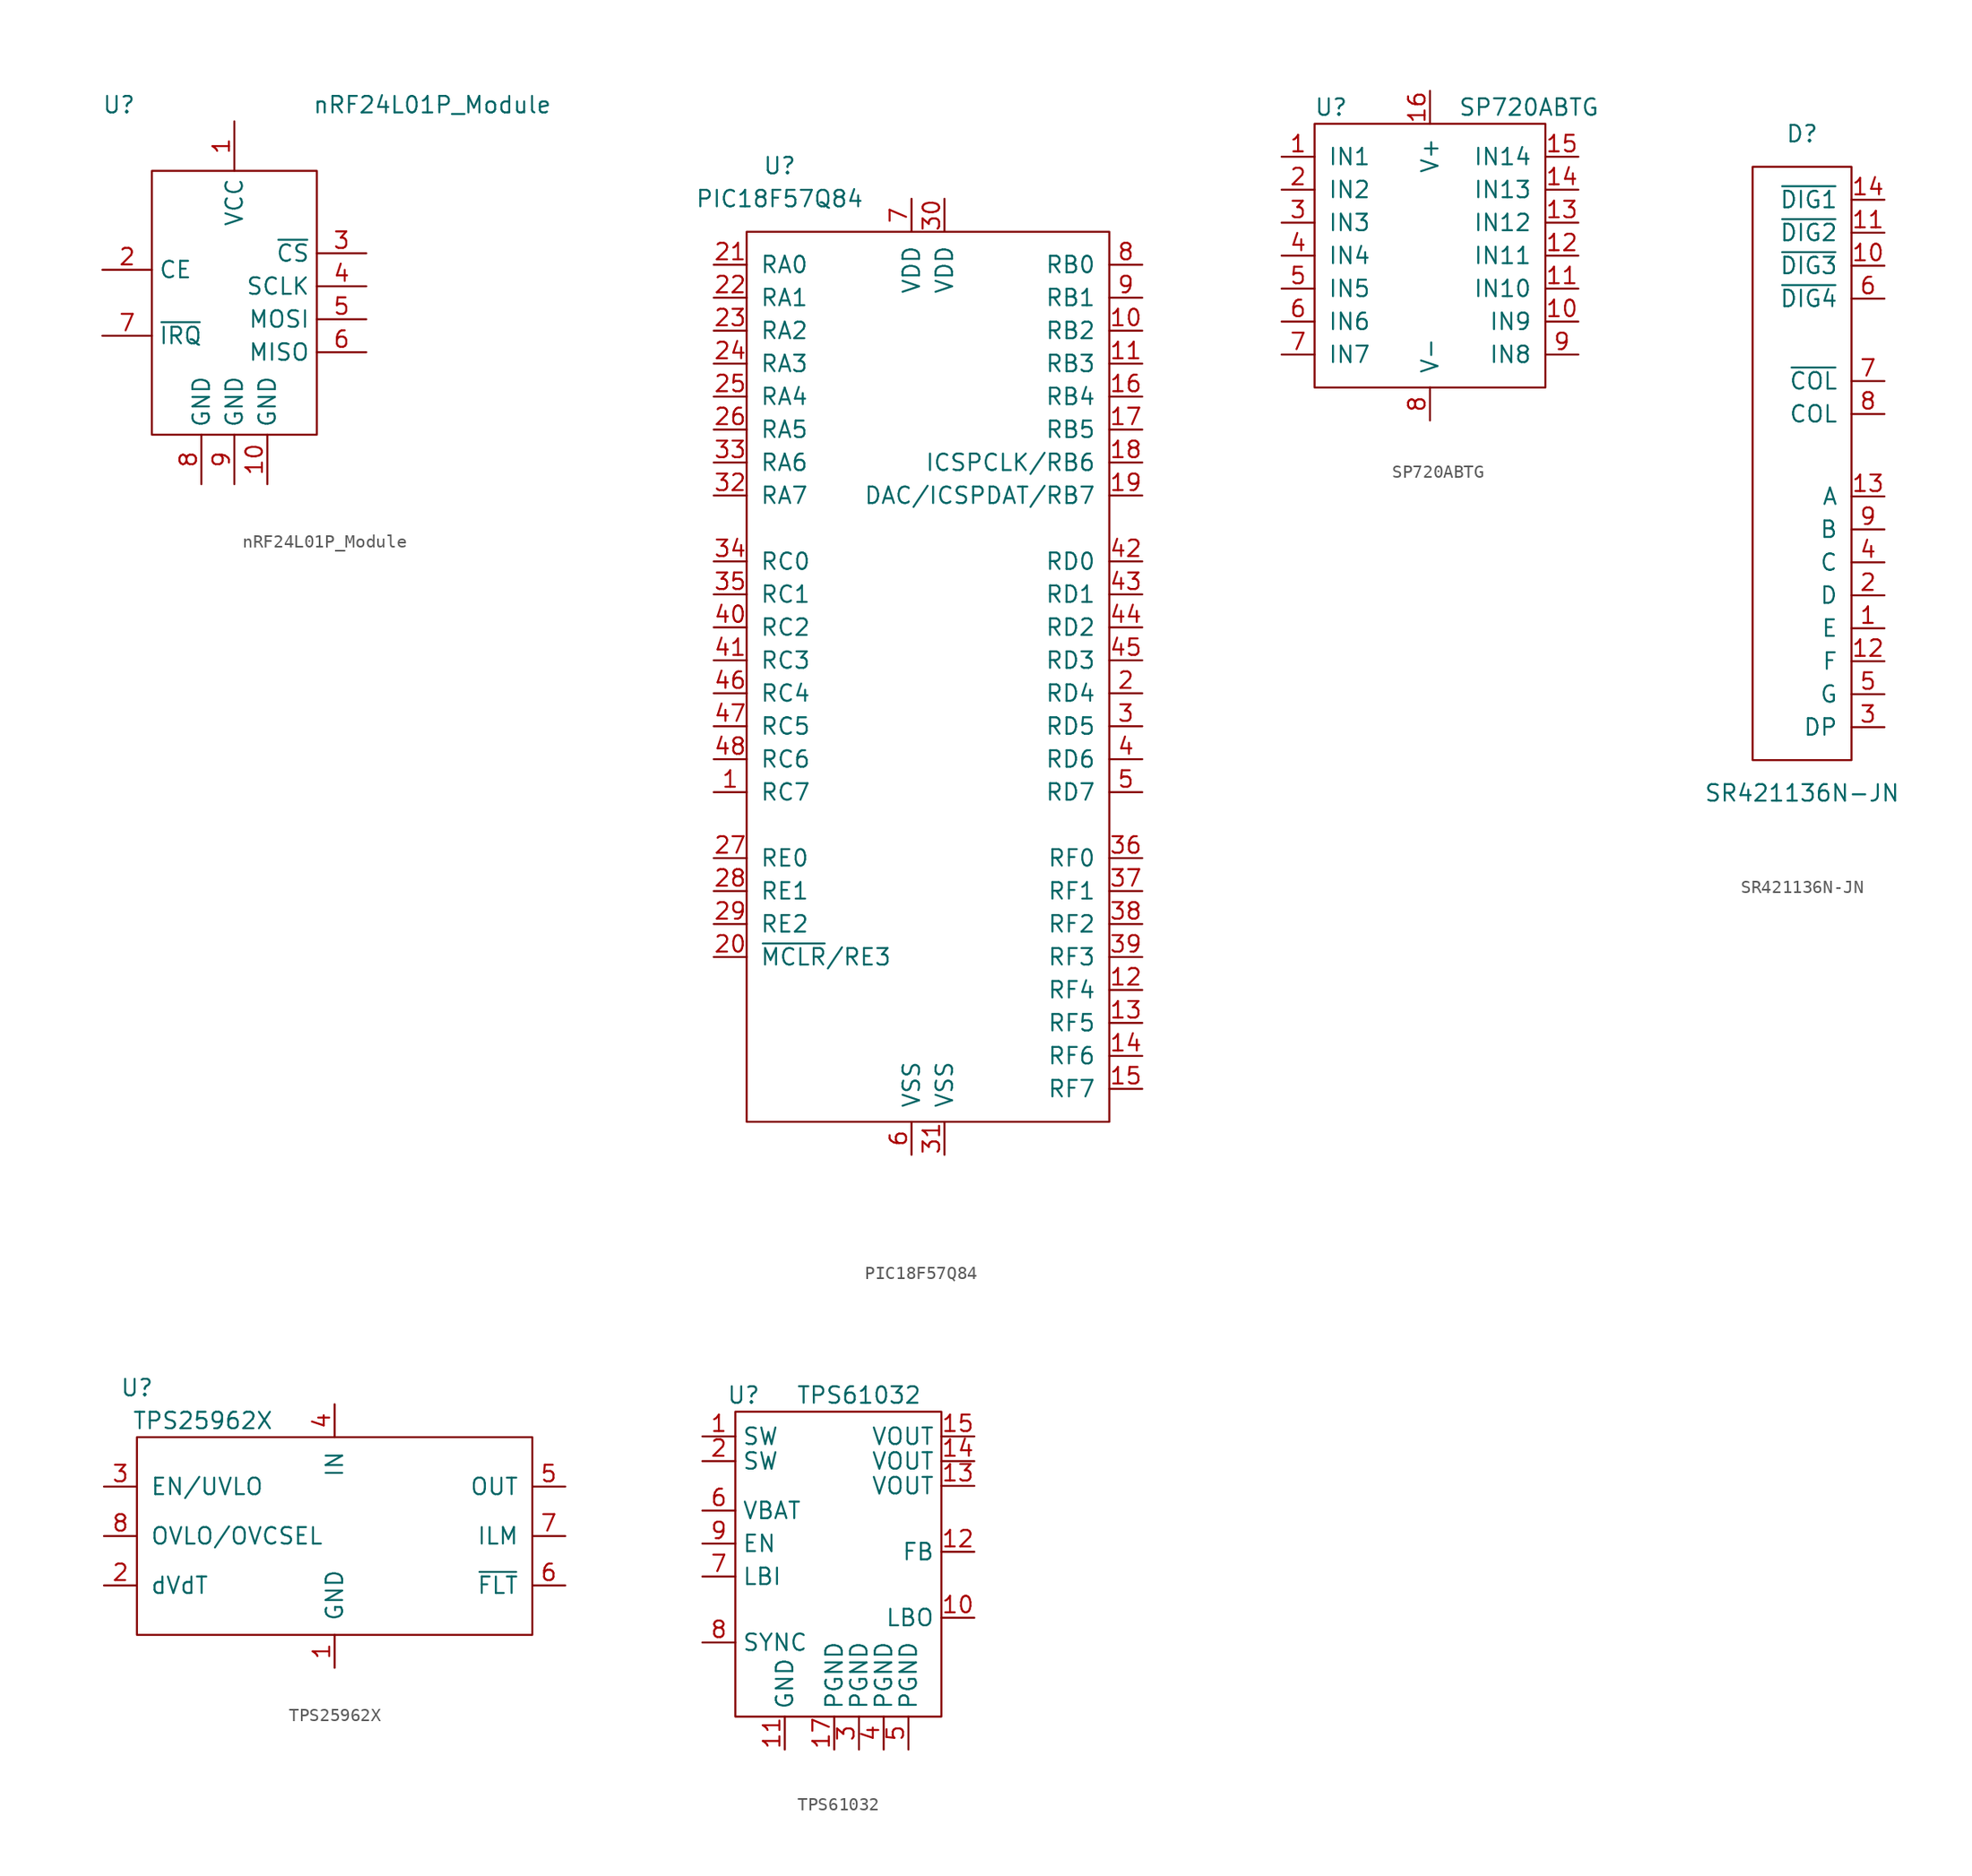
<source format=kicad_sym>
(kicad_symbol_lib
  (version 20220914)
  (generator kicad_symbol_editor)
  (symbol "nRF24L01P_Module"
    (property "Reference" "U"
      (at -8.89 15.24 0)
      (effects (font (size 1.27 1.27))))
    (property "Value" "nRF24L01P_Module"
      (at 15.24 15.24 0)
      (effects (font (size 1.27 1.27))))
    (symbol "nRF24L01P_Module_0_1"
      (rectangle (start -6.35 10.16) (end 6.35 -10.16) (stroke (width 0.152) (type default)) (fill (type none))))
    (symbol "nRF24L01P_Module_1_1"
      (pin passive line (at 0 13.97 270) (length 3.81) (name "VCC" (effects (font (size 1.27 1.27)))) (number "1" (effects (font (size 1.27 1.27)))))
      (pin passive line (at 2.54 -13.97 90) (length 3.81) (name "GND" (effects (font (size 1.27 1.27)))) (number "10" (effects (font (size 1.27 1.27)))))
      (pin passive line (at -10.16 2.54 0) (length 3.81) (name "CE" (effects (font (size 1.27 1.27)))) (number "2" (effects (font (size 1.27 1.27)))))
      (pin passive line (at 10.16 3.81 180) (length 3.81) (name "~{CS}" (effects (font (size 1.27 1.27)))) (number "3" (effects (font (size 1.27 1.27)))))
      (pin passive line (at 10.16 1.27 180) (length 3.81) (name "SCLK" (effects (font (size 1.27 1.27)))) (number "4" (effects (font (size 1.27 1.27)))))
      (pin passive line (at 10.16 -1.27 180) (length 3.81) (name "MOSI" (effects (font (size 1.27 1.27)))) (number "5" (effects (font (size 1.27 1.27)))))
      (pin passive line (at 10.16 -3.81 180) (length 3.81) (name "MISO" (effects (font (size 1.27 1.27)))) (number "6" (effects (font (size 1.27 1.27)))))
      (pin passive line (at -10.16 -2.54 0) (length 3.81) (name "~{IRQ}" (effects (font (size 1.27 1.27)))) (number "7" (effects (font (size 1.27 1.27)))))
      (pin passive line (at -2.54 -13.97 90) (length 3.81) (name "GND" (effects (font (size 1.27 1.27)))) (number "8" (effects (font (size 1.27 1.27)))))
      (pin passive line (at 0 -13.97 90) (length 3.81) (name "GND" (effects (font (size 1.27 1.27)))) (number "9" (effects (font (size 1.27 1.27)))))))
  (symbol "PIC18F57Q84"
    (pin_names
      (offset 1.016))
    (property "Reference" "U"
      (at -11.43 39.37 0)
      (effects (font (size 1.27 1.27))))
    (property "Value" "PIC18F57Q84"
      (at -11.43 36.83 0)
      (effects (font (size 1.27 1.27))))
    (symbol "PIC18F57Q84_0_1"
      (rectangle (start -13.97 34.29) (end 13.97 -34.29) (stroke (width 0) (type default)) (fill (type none))))
    (symbol "PIC18F57Q84_1_1"
      (pin bidirectional line (at -16.51 -8.89 0) (length 2.54) (name "RC7" (effects (font (size 1.27 1.27)))) (number "1" (effects (font (size 1.27 1.27)))))
      (pin bidirectional line (at 16.51 26.67 180) (length 2.54) (name "RB2" (effects (font (size 1.27 1.27)))) (number "10" (effects (font (size 1.27 1.27)))))
      (pin bidirectional line (at 16.51 24.13 180) (length 2.54) (name "RB3" (effects (font (size 1.27 1.27)))) (number "11" (effects (font (size 1.27 1.27)))))
      (pin bidirectional line (at 16.51 -24.13 180) (length 2.54) (name "RF4" (effects (font (size 1.27 1.27)))) (number "12" (effects (font (size 1.27 1.27)))))
      (pin bidirectional line (at 16.51 -26.67 180) (length 2.54) (name "RF5" (effects (font (size 1.27 1.27)))) (number "13" (effects (font (size 1.27 1.27)))))
      (pin bidirectional line (at 16.51 -29.21 180) (length 2.54) (name "RF6" (effects (font (size 1.27 1.27)))) (number "14" (effects (font (size 1.27 1.27)))))
      (pin bidirectional line (at 16.51 -31.75 180) (length 2.54) (name "RF7" (effects (font (size 1.27 1.27)))) (number "15" (effects (font (size 1.27 1.27)))))
      (pin bidirectional line (at 16.51 21.59 180) (length 2.54) (name "RB4" (effects (font (size 1.27 1.27)))) (number "16" (effects (font (size 1.27 1.27)))))
      (pin bidirectional line (at 16.51 19.05 180) (length 2.54) (name "RB5" (effects (font (size 1.27 1.27)))) (number "17" (effects (font (size 1.27 1.27)))))
      (pin bidirectional line (at 16.51 16.51 180) (length 2.54) (name "ICSPCLK/RB6" (effects (font (size 1.27 1.27)))) (number "18" (effects (font (size 1.27 1.27)))))
      (pin bidirectional line (at 16.51 13.97 180) (length 2.54) (name "DAC/ICSPDAT/RB7" (effects (font (size 1.27 1.27)))) (number "19" (effects (font (size 1.27 1.27)))))
      (pin bidirectional line (at 16.51 -1.27 180) (length 2.54) (name "RD4" (effects (font (size 1.27 1.27)))) (number "2" (effects (font (size 1.27 1.27)))))
      (pin bidirectional line (at -16.51 -21.59 0) (length 2.54) (name "~{MCLR}/RE3" (effects (font (size 1.27 1.27)))) (number "20" (effects (font (size 1.27 1.27)))))
      (pin bidirectional line (at -16.51 31.75 0) (length 2.54) (name "RA0" (effects (font (size 1.27 1.27)))) (number "21" (effects (font (size 1.27 1.27)))))
      (pin bidirectional line (at -16.51 29.21 0) (length 2.54) (name "RA1" (effects (font (size 1.27 1.27)))) (number "22" (effects (font (size 1.27 1.27)))))
      (pin bidirectional line (at -16.51 26.67 0) (length 2.54) (name "RA2" (effects (font (size 1.27 1.27)))) (number "23" (effects (font (size 1.27 1.27)))))
      (pin bidirectional line (at -16.51 24.13 0) (length 2.54) (name "RA3" (effects (font (size 1.27 1.27)))) (number "24" (effects (font (size 1.27 1.27)))))
      (pin bidirectional line (at -16.51 21.59 0) (length 2.54) (name "RA4" (effects (font (size 1.27 1.27)))) (number "25" (effects (font (size 1.27 1.27)))))
      (pin bidirectional line (at -16.51 19.05 0) (length 2.54) (name "RA5" (effects (font (size 1.27 1.27)))) (number "26" (effects (font (size 1.27 1.27)))))
      (pin bidirectional line (at -16.51 -13.97 0) (length 2.54) (name "RE0" (effects (font (size 1.27 1.27)))) (number "27" (effects (font (size 1.27 1.27)))))
      (pin bidirectional line (at -16.51 -16.51 0) (length 2.54) (name "RE1" (effects (font (size 1.27 1.27)))) (number "28" (effects (font (size 1.27 1.27)))))
      (pin bidirectional line (at -16.51 -19.05 0) (length 2.54) (name "RE2" (effects (font (size 1.27 1.27)))) (number "29" (effects (font (size 1.27 1.27)))))
      (pin bidirectional line (at 16.51 -3.81 180) (length 2.54) (name "RD5" (effects (font (size 1.27 1.27)))) (number "3" (effects (font (size 1.27 1.27)))))
      (pin power_in line (at 1.27 36.83 270) (length 2.54) (name "VDD" (effects (font (size 1.27 1.27)))) (number "30" (effects (font (size 1.27 1.27)))))
      (pin power_in line (at 1.27 -36.83 90) (length 2.54) (name "VSS" (effects (font (size 1.27 1.27)))) (number "31" (effects (font (size 1.27 1.27)))))
      (pin bidirectional line (at -16.51 13.97 0) (length 2.54) (name "RA7" (effects (font (size 1.27 1.27)))) (number "32" (effects (font (size 1.27 1.27)))))
      (pin bidirectional line (at -16.51 16.51 0) (length 2.54) (name "RA6" (effects (font (size 1.27 1.27)))) (number "33" (effects (font (size 1.27 1.27)))))
      (pin bidirectional line (at -16.51 8.89 0) (length 2.54) (name "RC0" (effects (font (size 1.27 1.27)))) (number "34" (effects (font (size 1.27 1.27)))))
      (pin bidirectional line (at -16.51 6.35 0) (length 2.54) (name "RC1" (effects (font (size 1.27 1.27)))) (number "35" (effects (font (size 1.27 1.27)))))
      (pin bidirectional line (at 16.51 -13.97 180) (length 2.54) (name "RF0" (effects (font (size 1.27 1.27)))) (number "36" (effects (font (size 1.27 1.27)))))
      (pin bidirectional line (at 16.51 -16.51 180) (length 2.54) (name "RF1" (effects (font (size 1.27 1.27)))) (number "37" (effects (font (size 1.27 1.27)))))
      (pin bidirectional line (at 16.51 -19.05 180) (length 2.54) (name "RF2" (effects (font (size 1.27 1.27)))) (number "38" (effects (font (size 1.27 1.27)))))
      (pin bidirectional line (at 16.51 -21.59 180) (length 2.54) (name "RF3" (effects (font (size 1.27 1.27)))) (number "39" (effects (font (size 1.27 1.27)))))
      (pin bidirectional line (at 16.51 -6.35 180) (length 2.54) (name "RD6" (effects (font (size 1.27 1.27)))) (number "4" (effects (font (size 1.27 1.27)))))
      (pin bidirectional line (at -16.51 3.81 0) (length 2.54) (name "RC2" (effects (font (size 1.27 1.27)))) (number "40" (effects (font (size 1.27 1.27)))))
      (pin bidirectional line (at -16.51 1.27 0) (length 2.54) (name "RC3" (effects (font (size 1.27 1.27)))) (number "41" (effects (font (size 1.27 1.27)))))
      (pin bidirectional line (at 16.51 8.89 180) (length 2.54) (name "RD0" (effects (font (size 1.27 1.27)))) (number "42" (effects (font (size 1.27 1.27)))))
      (pin bidirectional line (at 16.51 6.35 180) (length 2.54) (name "RD1" (effects (font (size 1.27 1.27)))) (number "43" (effects (font (size 1.27 1.27)))))
      (pin bidirectional line (at 16.51 3.81 180) (length 2.54) (name "RD2" (effects (font (size 1.27 1.27)))) (number "44" (effects (font (size 1.27 1.27)))))
      (pin bidirectional line (at 16.51 1.27 180) (length 2.54) (name "RD3" (effects (font (size 1.27 1.27)))) (number "45" (effects (font (size 1.27 1.27)))))
      (pin bidirectional line (at -16.51 -1.27 0) (length 2.54) (name "RC4" (effects (font (size 1.27 1.27)))) (number "46" (effects (font (size 1.27 1.27)))))
      (pin bidirectional line (at -16.51 -3.81 0) (length 2.54) (name "RC5" (effects (font (size 1.27 1.27)))) (number "47" (effects (font (size 1.27 1.27)))))
      (pin bidirectional line (at -16.51 -6.35 0) (length 2.54) (name "RC6" (effects (font (size 1.27 1.27)))) (number "48" (effects (font (size 1.27 1.27)))))
      (pin bidirectional line (at 16.51 -8.89 180) (length 2.54) (name "RD7" (effects (font (size 1.27 1.27)))) (number "5" (effects (font (size 1.27 1.27)))))
      (pin power_in line (at -1.27 -36.83 90) (length 2.54) (name "VSS" (effects (font (size 1.27 1.27)))) (number "6" (effects (font (size 1.27 1.27)))))
      (pin power_in line (at -1.27 36.83 270) (length 2.54) (name "VDD" (effects (font (size 1.27 1.27)))) (number "7" (effects (font (size 1.27 1.27)))))
      (pin bidirectional line (at 16.51 31.75 180) (length 2.54) (name "RB0" (effects (font (size 1.27 1.27)))) (number "8" (effects (font (size 1.27 1.27)))))
      (pin bidirectional line (at 16.51 29.21 180) (length 2.54) (name "RB1" (effects (font (size 1.27 1.27)))) (number "9" (effects (font (size 1.27 1.27)))))))
  (symbol "SP720ABTG"
    (pin_names
      (offset 1.016))
    (property "Reference" "U"
      (at -7.62 11.43 0)
      (effects (font (size 1.27 1.27))))
    (property "Value" "SP720ABTG"
      (at 7.62 11.43 0)
      (effects (font (size 1.27 1.27))))
    (symbol "SP720ABTG_0_1"
      (rectangle (start -8.89 10.16) (end 8.89 -10.16) (stroke (width 0) (type default)) (fill (type none))))
    (symbol "SP720ABTG_1_1"
      (pin input line (at -11.43 7.62 0) (length 2.54) (name "IN1" (effects (font (size 1.27 1.27)))) (number "1" (effects (font (size 1.27 1.27)))))
      (pin input line (at 11.43 -5.08 180) (length 2.54) (name "IN9" (effects (font (size 1.27 1.27)))) (number "10" (effects (font (size 1.27 1.27)))))
      (pin input line (at 11.43 -2.54 180) (length 2.54) (name "IN10" (effects (font (size 1.27 1.27)))) (number "11" (effects (font (size 1.27 1.27)))))
      (pin input line (at 11.43 0 180) (length 2.54) (name "IN11" (effects (font (size 1.27 1.27)))) (number "12" (effects (font (size 1.27 1.27)))))
      (pin input line (at 11.43 2.54 180) (length 2.54) (name "IN12" (effects (font (size 1.27 1.27)))) (number "13" (effects (font (size 1.27 1.27)))))
      (pin input line (at 11.43 5.08 180) (length 2.54) (name "IN13" (effects (font (size 1.27 1.27)))) (number "14" (effects (font (size 1.27 1.27)))))
      (pin input line (at 11.43 7.62 180) (length 2.54) (name "IN14" (effects (font (size 1.27 1.27)))) (number "15" (effects (font (size 1.27 1.27)))))
      (pin power_in line (at 0 12.7 270) (length 2.54) (name "V+" (effects (font (size 1.27 1.27)))) (number "16" (effects (font (size 1.27 1.27)))))
      (pin input line (at -11.43 5.08 0) (length 2.54) (name "IN2" (effects (font (size 1.27 1.27)))) (number "2" (effects (font (size 1.27 1.27)))))
      (pin input line (at -11.43 2.54 0) (length 2.54) (name "IN3" (effects (font (size 1.27 1.27)))) (number "3" (effects (font (size 1.27 1.27)))))
      (pin input line (at -11.43 0 0) (length 2.54) (name "IN4" (effects (font (size 1.27 1.27)))) (number "4" (effects (font (size 1.27 1.27)))))
      (pin input line (at -11.43 -2.54 0) (length 2.54) (name "IN5" (effects (font (size 1.27 1.27)))) (number "5" (effects (font (size 1.27 1.27)))))
      (pin input line (at -11.43 -5.08 0) (length 2.54) (name "IN6" (effects (font (size 1.27 1.27)))) (number "6" (effects (font (size 1.27 1.27)))))
      (pin input line (at -11.43 -7.62 0) (length 2.54) (name "IN7" (effects (font (size 1.27 1.27)))) (number "7" (effects (font (size 1.27 1.27)))))
      (pin power_in line (at 0 -12.7 90) (length 2.54) (name "V-" (effects (font (size 1.27 1.27)))) (number "8" (effects (font (size 1.27 1.27)))))
      (pin input line (at 11.43 -7.62 180) (length 2.54) (name "IN8" (effects (font (size 1.27 1.27)))) (number "9" (effects (font (size 1.27 1.27)))))))
  (symbol "SR421136N-JN"
    (pin_names
      (offset 1.016))
    (property "Reference" "D"
      (at 0 25.4 0)
      (effects (font (size 1.27 1.27))))
    (property "Value" "SR421136N-JN"
      (at 0 -25.4 0)
      (effects (font (size 1.27 1.27))))
    (symbol "SR421136N-JN_0_1"
      (rectangle (start 3.81 22.86) (end -3.81 -22.86) (stroke (width 0) (type default)) (fill (type none))))
    (symbol "SR421136N-JN_1_1"
      (pin input line (at 6.35 -12.7 180) (length 2.54) (name "E" (effects (font (size 1.27 1.27)))) (number "1" (effects (font (size 1.27 1.27)))))
      (pin input line (at 6.35 15.24 180) (length 2.54) (name "~{DIG3}" (effects (font (size 1.27 1.27)))) (number "10" (effects (font (size 1.27 1.27)))))
      (pin input line (at 6.35 17.78 180) (length 2.54) (name "~{DIG2}" (effects (font (size 1.27 1.27)))) (number "11" (effects (font (size 1.27 1.27)))))
      (pin input line (at 6.35 -15.24 180) (length 2.54) (name "F" (effects (font (size 1.27 1.27)))) (number "12" (effects (font (size 1.27 1.27)))))
      (pin input line (at 6.35 -2.54 180) (length 2.54) (name "A" (effects (font (size 1.27 1.27)))) (number "13" (effects (font (size 1.27 1.27)))))
      (pin input line (at 6.35 20.32 180) (length 2.54) (name "~{DIG1}" (effects (font (size 1.27 1.27)))) (number "14" (effects (font (size 1.27 1.27)))))
      (pin input line (at 6.35 -10.16 180) (length 2.54) (name "D" (effects (font (size 1.27 1.27)))) (number "2" (effects (font (size 1.27 1.27)))))
      (pin input line (at 6.35 -20.32 180) (length 2.54) (name "DP" (effects (font (size 1.27 1.27)))) (number "3" (effects (font (size 1.27 1.27)))))
      (pin input line (at 6.35 -7.62 180) (length 2.54) (name "C" (effects (font (size 1.27 1.27)))) (number "4" (effects (font (size 1.27 1.27)))))
      (pin input line (at 6.35 -17.78 180) (length 2.54) (name "G" (effects (font (size 1.27 1.27)))) (number "5" (effects (font (size 1.27 1.27)))))
      (pin input line (at 6.35 12.7 180) (length 2.54) (name "~{DIG4}" (effects (font (size 1.27 1.27)))) (number "6" (effects (font (size 1.27 1.27)))))
      (pin input line (at 6.35 6.35 180) (length 2.54) (name "~{COL}" (effects (font (size 1.27 1.27)))) (number "7" (effects (font (size 1.27 1.27)))))
      (pin input line (at 6.35 3.81 180) (length 2.54) (name "COL" (effects (font (size 1.27 1.27)))) (number "8" (effects (font (size 1.27 1.27)))))
      (pin input line (at 6.35 -5.08 180) (length 2.54) (name "B" (effects (font (size 1.27 1.27)))) (number "9" (effects (font (size 1.27 1.27)))))))
  (symbol "TPS25962X"
    (pin_names
      (offset 1.016))
    (property "Reference" "U"
      (at -15.24 3.81 0)
      (effects (font (size 1.27 1.27))))
    (property "Value" "TPS25962X"
      (at -10.16 1.27 0)
      (effects (font (size 1.27 1.27))))
    (symbol "TPS25962X_0_1"
      (rectangle (start -15.24 0) (end 15.24 -15.24) (stroke (width 0) (type default)) (fill (type none))))
    (symbol "TPS25962X_1_1"
      (pin power_in line (at 0 -17.78 90) (length 2.54) (name "GND" (effects (font (size 1.27 1.27)))) (number "1" (effects (font (size 1.27 1.27)))))
      (pin output line (at -17.78 -11.43 0) (length 2.54) (name "dVdT" (effects (font (size 1.27 1.27)))) (number "2" (effects (font (size 1.27 1.27)))))
      (pin input line (at -17.78 -3.81 0) (length 2.54) (name "EN/UVLO" (effects (font (size 1.27 1.27)))) (number "3" (effects (font (size 1.27 1.27)))))
      (pin power_in line (at 0 2.54 270) (length 2.54) (name "IN" (effects (font (size 1.27 1.27)))) (number "4" (effects (font (size 1.27 1.27)))))
      (pin power_out line (at 17.78 -3.81 180) (length 2.54) (name "OUT" (effects (font (size 1.27 1.27)))) (number "5" (effects (font (size 1.27 1.27)))))
      (pin bidirectional line (at 17.78 -11.43 180) (length 2.54) (name "~{FLT}" (effects (font (size 1.27 1.27)))) (number "6" (effects (font (size 1.27 1.27)))))
      (pin bidirectional line (at 17.78 -7.62 180) (length 2.54) (name "ILM" (effects (font (size 1.27 1.27)))) (number "7" (effects (font (size 1.27 1.27)))))
      (pin bidirectional line (at -17.78 -7.62 0) (length 2.54) (name "OVLO/OVCSEL" (effects (font (size 1.27 1.27)))) (number "8" (effects (font (size 1.27 1.27)))))))
  (symbol "TPS61032"
    (property "Reference" "U"
      (at -7.62 15.875 0)
      (effects (font (size 1.27 1.27))))
    (property "Value" "TPS61032"
      (at 1.27 15.875 0)
      (effects (font (size 1.27 1.27))))
    (symbol "TPS61032_0_1"
      (rectangle (start -8.255 14.605) (end 7.62 -8.89) (stroke (width 0.152) (type default)) (fill (type none))))
    (symbol "TPS61032_1_1"
      (pin input line (at -10.795 12.7 0) (length 2.54) (name "SW" (effects (font (size 1.27 1.27)))) (number "1" (effects (font (size 1.27 1.27)))))
      (pin input line (at 10.16 -1.27 180) (length 2.54) (name "LBO" (effects (font (size 1.27 1.27)))) (number "10" (effects (font (size 1.27 1.27)))))
      (pin input line (at -4.445 -11.43 90) (length 2.54) (name "GND" (effects (font (size 1.27 1.27)))) (number "11" (effects (font (size 1.27 1.27)))))
      (pin input line (at 10.16 3.81 180) (length 2.54) (name "FB" (effects (font (size 1.27 1.27)))) (number "12" (effects (font (size 1.27 1.27)))))
      (pin input line (at 10.16 8.89 180) (length 2.54) (name "VOUT" (effects (font (size 1.27 1.27)))) (number "13" (effects (font (size 1.27 1.27)))))
      (pin input line (at 10.16 10.795 180) (length 2.54) (name "VOUT" (effects (font (size 1.27 1.27)))) (number "14" (effects (font (size 1.27 1.27)))))
      (pin input line (at 10.16 12.7 180) (length 2.54) (name "VOUT" (effects (font (size 1.27 1.27)))) (number "15" (effects (font (size 1.27 1.27)))))
      (pin input line (at -0.635 -11.43 90) (length 2.54) (name "PGND" (effects (font (size 1.27 1.27)))) (number "17" (effects (font (size 1.27 1.27)))))
      (pin input line (at -10.795 10.795 0) (length 2.54) (name "SW" (effects (font (size 1.27 1.27)))) (number "2" (effects (font (size 1.27 1.27)))))
      (pin input line (at 1.27 -11.43 90) (length 2.54) (name "PGND" (effects (font (size 1.27 1.27)))) (number "3" (effects (font (size 1.27 1.27)))))
      (pin input line (at 3.175 -11.43 90) (length 2.54) (name "PGND" (effects (font (size 1.27 1.27)))) (number "4" (effects (font (size 1.27 1.27)))))
      (pin input line (at 5.08 -11.43 90) (length 2.54) (name "PGND" (effects (font (size 1.27 1.27)))) (number "5" (effects (font (size 1.27 1.27)))))
      (pin input line (at -10.795 6.985 0) (length 2.54) (name "VBAT" (effects (font (size 1.27 1.27)))) (number "6" (effects (font (size 1.27 1.27)))))
      (pin input line (at -10.795 1.905 0) (length 2.54) (name "LBI" (effects (font (size 1.27 1.27)))) (number "7" (effects (font (size 1.27 1.27)))))
      (pin input line (at -10.795 -3.175 0) (length 2.54) (name "SYNC" (effects (font (size 1.27 1.27)))) (number "8" (effects (font (size 1.27 1.27)))))
      (pin input line (at -10.795 4.445 0) (length 2.54) (name "EN" (effects (font (size 1.27 1.27)))) (number "9" (effects (font (size 1.27 1.27))))))))
</source>
